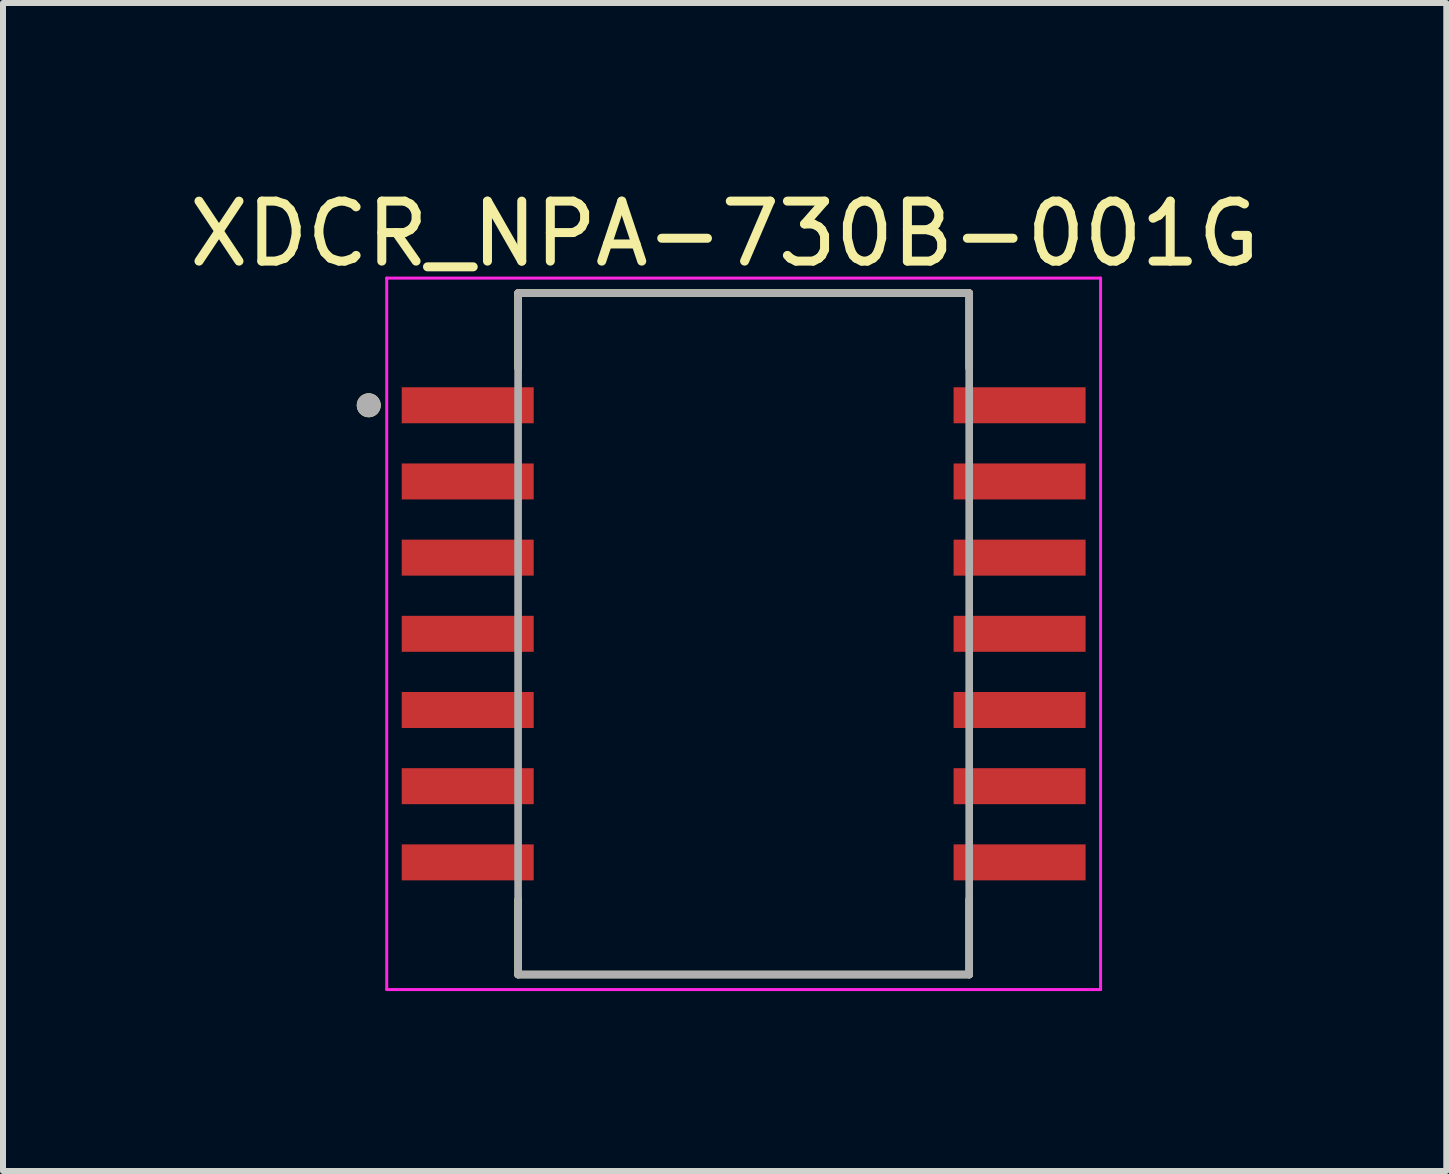
<source format=kicad_pcb>
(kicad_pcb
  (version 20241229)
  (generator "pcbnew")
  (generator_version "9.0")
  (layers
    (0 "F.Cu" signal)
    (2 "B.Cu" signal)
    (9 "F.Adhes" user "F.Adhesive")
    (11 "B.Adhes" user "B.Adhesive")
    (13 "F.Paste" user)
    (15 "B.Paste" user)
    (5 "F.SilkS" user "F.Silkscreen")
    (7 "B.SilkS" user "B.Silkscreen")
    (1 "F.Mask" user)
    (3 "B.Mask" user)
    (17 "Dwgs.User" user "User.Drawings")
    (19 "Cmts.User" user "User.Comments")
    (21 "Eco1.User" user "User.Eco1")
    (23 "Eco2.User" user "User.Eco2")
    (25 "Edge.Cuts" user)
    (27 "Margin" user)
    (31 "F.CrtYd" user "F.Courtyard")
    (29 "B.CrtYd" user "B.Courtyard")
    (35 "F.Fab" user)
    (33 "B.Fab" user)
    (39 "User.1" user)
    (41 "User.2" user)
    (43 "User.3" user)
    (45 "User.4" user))
  (footprint "XDCR_NPA-730B-001G"
    (layer "F.Cu")
    (at 9.347 7.516)
    (property "Reference" "XDCR_NPA-730B-001G" (at -0.318 -6.668 0) (layer "F.SilkS") (effects (font (size 1 1) (thickness 0.15))))
    (attr smd)
    (fp_line (start -3.76 -5.68) (end 3.76 -5.68) (stroke (width 0.127) (type solid)) (layer "F.SilkS"))
    (fp_line (start -3.76 -4.43) (end -3.76 -5.68) (stroke (width 0.127) (type solid)) (layer "F.SilkS"))
    (fp_line (start -3.76 5.68) (end -3.76 4.43) (stroke (width 0.127) (type solid)) (layer "F.SilkS"))
    (fp_line (start 3.76 -5.68) (end 3.76 -4.43) (stroke (width 0.127) (type solid)) (layer "F.SilkS"))
    (fp_line (start 3.76 4.43) (end 3.76 5.68) (stroke (width 0.127) (type solid)) (layer "F.SilkS"))
    (fp_line (start 3.76 5.68) (end -3.76 5.68) (stroke (width 0.127) (type solid)) (layer "F.SilkS"))
    (fp_circle (center -6.25 -3.81) (end -6.15 -3.81) (stroke (width 0.2) (type solid)) (fill no) (layer "F.SilkS"))
    (fp_line (start -5.95 -5.93) (end -5.95 5.93) (stroke (width 0.05) (type solid)) (layer "F.CrtYd"))
    (fp_line (start -5.95 5.93) (end 5.95 5.93) (stroke (width 0.05) (type solid)) (layer "F.CrtYd"))
    (fp_line (start 5.95 -5.93) (end -5.95 -5.93) (stroke (width 0.05) (type solid)) (layer "F.CrtYd"))
    (fp_line (start 5.95 5.93) (end 5.95 -5.93) (stroke (width 0.05) (type solid)) (layer "F.CrtYd"))
    (fp_line (start -3.76 -5.68) (end 3.76 -5.68) (stroke (width 0.127) (type solid)) (layer "F.Fab"))
    (fp_line (start -3.76 5.68) (end -3.76 -5.68) (stroke (width 0.127) (type solid)) (layer "F.Fab"))
    (fp_line (start 3.76 -5.68) (end 3.76 5.68) (stroke (width 0.127) (type solid)) (layer "F.Fab"))
    (fp_line (start 3.76 5.68) (end -3.76 5.68) (stroke (width 0.127) (type solid)) (layer "F.Fab"))
    (fp_circle (center -6.25 -3.81) (end -6.15 -3.81) (stroke (width 0.2) (type solid)) (fill no) (layer "F.Fab"))
    (pad "1" smd rect (at -4.6 -3.81) (size 2.2 0.6) (layers "F.Cu" "F.Mask" "F.Paste"))
    (pad "2" smd rect (at -4.6 -2.54) (size 2.2 0.6) (layers "F.Cu" "F.Mask" "F.Paste"))
    (pad "3" smd rect (at -4.6 -1.27) (size 2.2 0.6) (layers "F.Cu" "F.Mask" "F.Paste"))
    (pad "4" smd rect (at -4.6 0) (size 2.2 0.6) (layers "F.Cu" "F.Mask" "F.Paste"))
    (pad "5" smd rect (at -4.6 1.27) (size 2.2 0.6) (layers "F.Cu" "F.Mask" "F.Paste"))
    (pad "6" smd rect (at -4.6 2.54) (size 2.2 0.6) (layers "F.Cu" "F.Mask" "F.Paste"))
    (pad "7" smd rect (at -4.6 3.81) (size 2.2 0.6) (layers "F.Cu" "F.Mask" "F.Paste"))
    (pad "8" smd rect (at 4.6 3.81) (size 2.2 0.6) (layers "F.Cu" "F.Mask" "F.Paste"))
    (pad "9" smd rect (at 4.6 2.54) (size 2.2 0.6) (layers "F.Cu" "F.Mask" "F.Paste"))
    (pad "10" smd rect (at 4.6 1.27) (size 2.2 0.6) (layers "F.Cu" "F.Mask" "F.Paste"))
    (pad "11" smd rect (at 4.6 0) (size 2.2 0.6) (layers "F.Cu" "F.Mask" "F.Paste"))
    (pad "12" smd rect (at 4.6 -1.27) (size 2.2 0.6) (layers "F.Cu" "F.Mask" "F.Paste"))
    (pad "13" smd rect (at 4.6 -2.54) (size 2.2 0.6) (layers "F.Cu" "F.Mask" "F.Paste"))
    (pad "14" smd rect (at 4.6 -3.81) (size 2.2 0.6) (layers "F.Cu" "F.Mask" "F.Paste")))
  (gr_rect
    (start -3 -3)
    (end 21.06 16.471)
    (stroke (width 0.1) (type default))
    (fill no)
    (layer "Edge.Cuts")))
</source>
